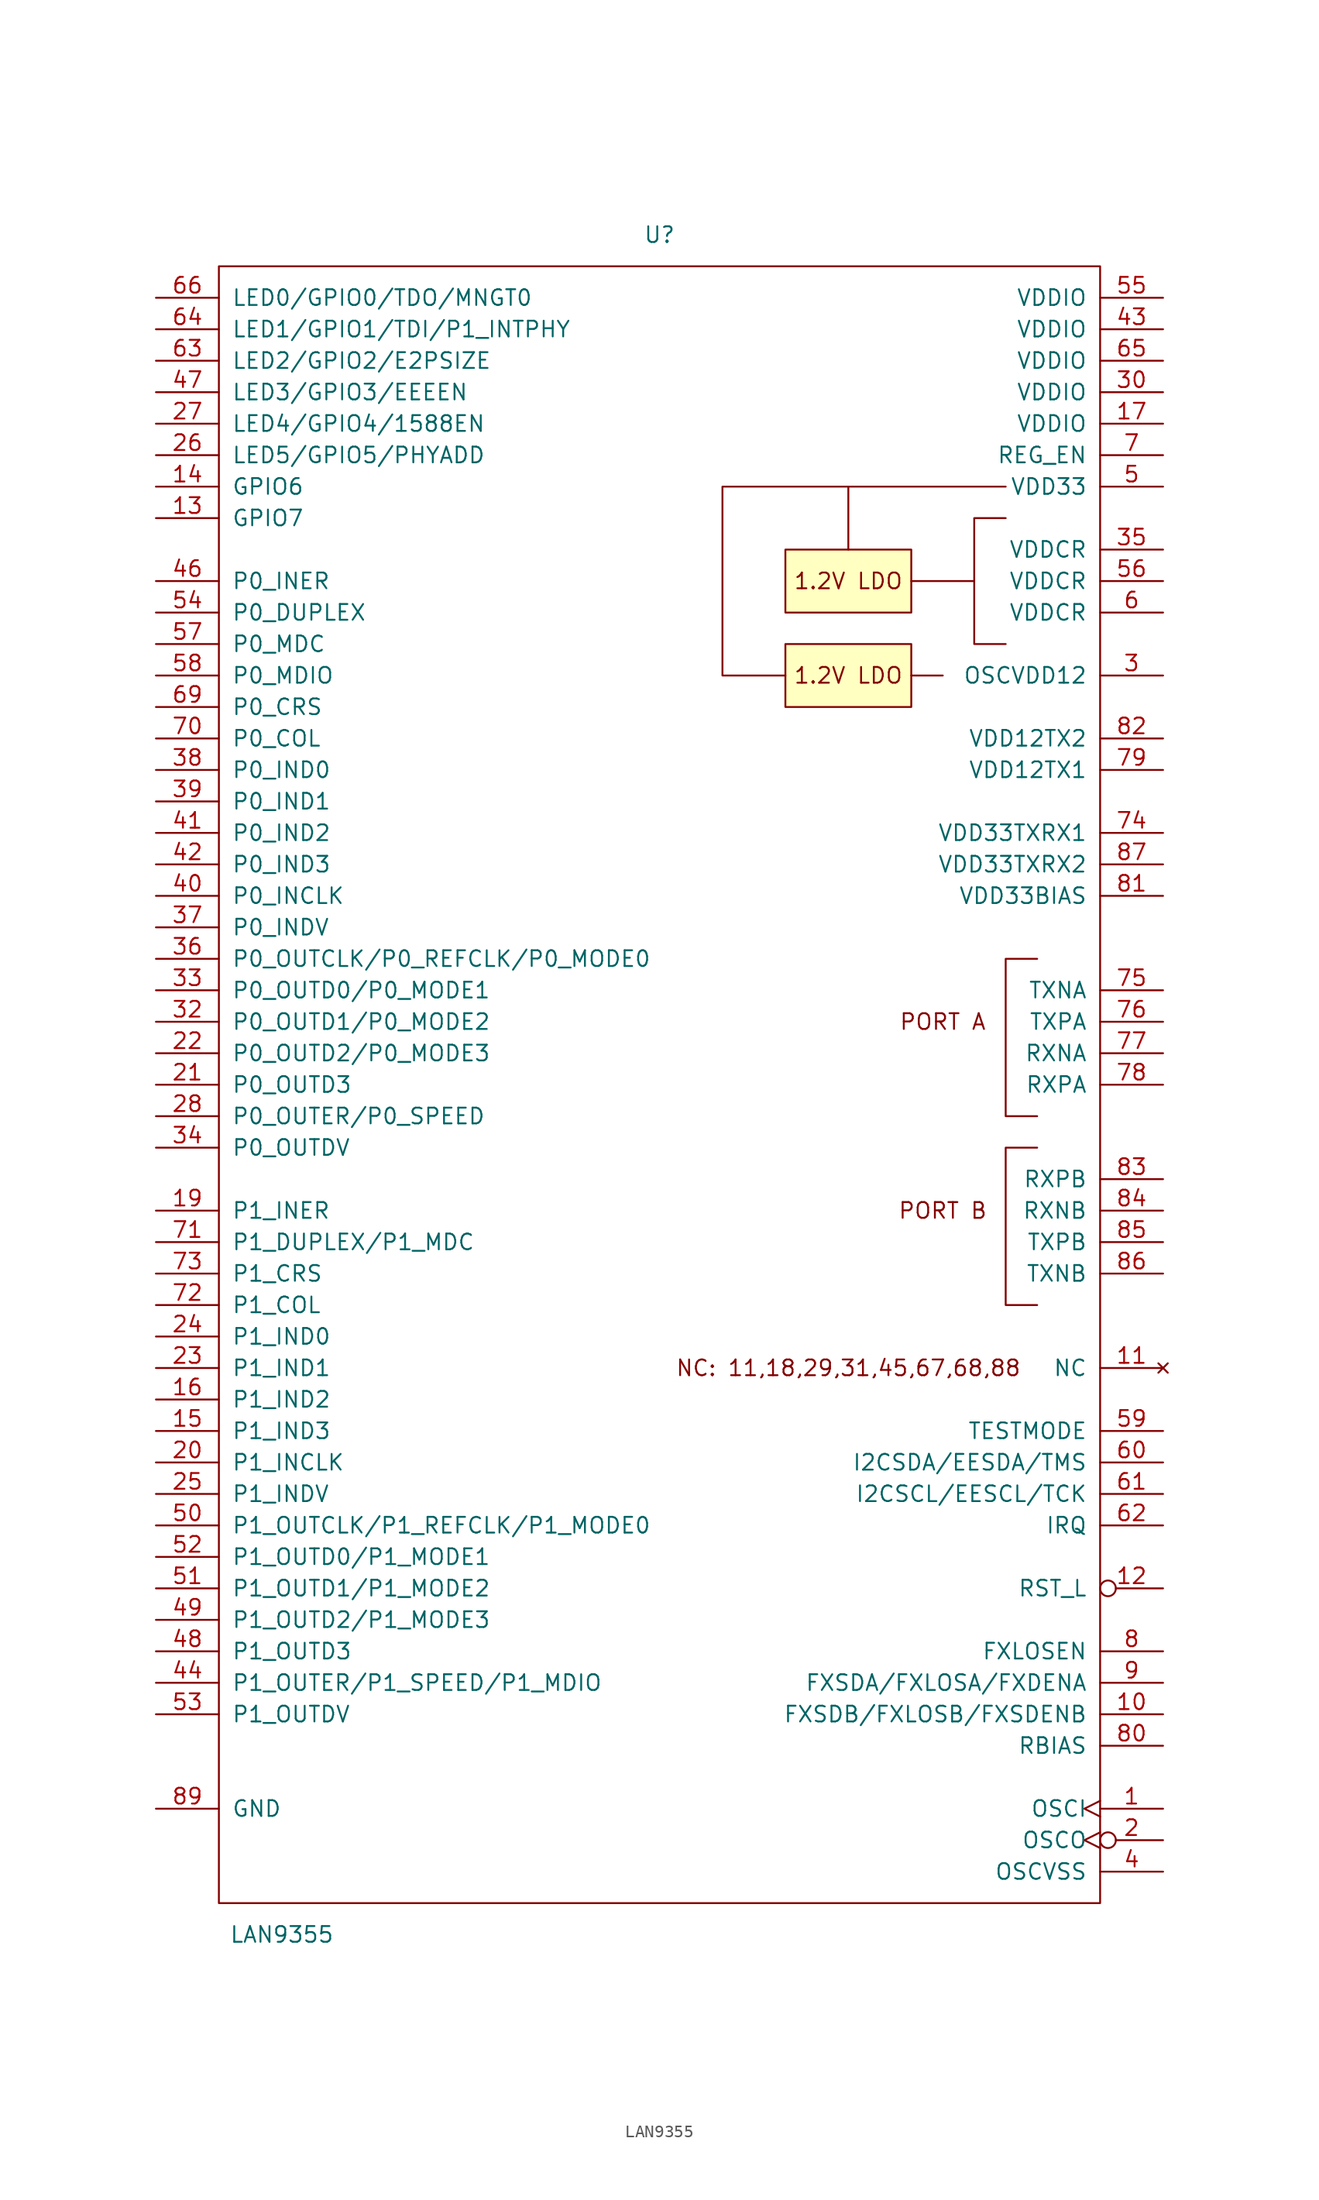
<source format=kicad_sym>
(kicad_symbol_lib
  (version 20211014)
  (generator kicad_symbol_editor)
  (symbol "LAN9355"
    (pin_names
      (offset 1.016))
    (property "Reference" "U"
      (at 0 63.5 0)
      (effects (font (size 1.27 1.27))))
    (property "Value" "LAN9355"
      (at -30.48 -73.66 0)
      (effects (font (size 1.27 1.27))))
    (symbol "LAN9355_0_0"
      (polyline (pts (xy 25.4 35.56) (xy 25.4 40.64) (xy 27.94 40.64)) (stroke (width 0) (type default) (color 0 0 0 0)) (fill (type none)))
      (polyline (pts (xy 27.94 43.18) (xy 15.24 43.18) (xy 15.24 38.1)) (stroke (width 0) (type default) (color 0 0 0 0)) (fill (type none)))
      (polyline (pts (xy 20.32 35.56) (xy 25.4 35.56) (xy 25.4 30.48) (xy 27.94 30.48)) (stroke (width 0) (type default) (color 0 0 0 0)) (fill (type none)))
      (polyline (pts (xy 30.48 -10.16) (xy 27.94 -10.16) (xy 27.94 -22.86) (xy 30.48 -22.86)) (stroke (width 0) (type default) (color 0 0 0 0)) (fill (type none)))
      (polyline (pts (xy 30.48 5.08) (xy 27.94 5.08) (xy 27.94 -7.62) (xy 30.48 -7.62)) (stroke (width 0) (type default) (color 0 0 0 0)) (fill (type none)))
      (text "1.2V LDO" (at 15.24 35.56 0) (effects (font (size 1.27 1.27))))
      (text "NC: 11,18,29,31,45,67,68,88" (at 15.24 -27.94 0) (effects (font (size 1.27 1.27))))
      (text "PORT A" (at 22.86 0 0) (effects (font (size 1.27 1.27))))
      (text "PORT B" (at 22.86 -15.24 0) (effects (font (size 1.27 1.27))))
      (pin input clock (at 40.64 -63.5 180) (length 5.08) (name "OSCI" (effects (font (size 1.27 1.27)))) (number "1" (effects (font (size 1.27 1.27)))))
      (pin input line (at 40.64 -55.88 180) (length 5.08) (name "FXSDB/FXLOSB/FXSDENB" (effects (font (size 1.27 1.27)))) (number "10" (effects (font (size 1.27 1.27)))))
      (pin no_connect line (at 40.64 -27.94 180) (length 5.08) (name "NC" (effects (font (size 1.27 1.27)))) (number "11" (effects (font (size 1.27 1.27)))))
      (pin input inverted (at 40.64 -45.72 180) (length 5.08) (name "RST_L" (effects (font (size 1.27 1.27)))) (number "12" (effects (font (size 1.27 1.27)))))
      (pin bidirectional line (at -40.64 40.64 0) (length 5.08) (name "GPIO7" (effects (font (size 1.27 1.27)))) (number "13" (effects (font (size 1.27 1.27)))))
      (pin bidirectional line (at -40.64 43.18 0) (length 5.08) (name "GPIO6" (effects (font (size 1.27 1.27)))) (number "14" (effects (font (size 1.27 1.27)))))
      (pin input line (at -40.64 -33.02 0) (length 5.08) (name "P1_IND3" (effects (font (size 1.27 1.27)))) (number "15" (effects (font (size 1.27 1.27)))))
      (pin input line (at -40.64 -30.48 0) (length 5.08) (name "P1_IND2" (effects (font (size 1.27 1.27)))) (number "16" (effects (font (size 1.27 1.27)))))
      (pin power_in line (at 40.64 48.26 180) (length 5.08) (name "VDDIO" (effects (font (size 1.27 1.27)))) (number "17" (effects (font (size 1.27 1.27)))))
      (pin no_connect line (at 40.64 -25.4 180) (length 5.08) hide (name "NC" (effects (font (size 1.27 1.27)))) (number "18" (effects (font (size 1.27 1.27)))))
      (pin input line (at -40.64 -15.24 0) (length 5.08) (name "P1_INER" (effects (font (size 1.27 1.27)))) (number "19" (effects (font (size 1.27 1.27)))))
      (pin output inverted_clock (at 40.64 -66.04 180) (length 5.08) (name "OSCO" (effects (font (size 1.27 1.27)))) (number "2" (effects (font (size 1.27 1.27)))))
      (pin input line (at -40.64 -35.56 0) (length 5.08) (name "P1_INCLK" (effects (font (size 1.27 1.27)))) (number "20" (effects (font (size 1.27 1.27)))))
      (pin output line (at -40.64 -5.08 0) (length 5.08) (name "P0_OUTD3" (effects (font (size 1.27 1.27)))) (number "21" (effects (font (size 1.27 1.27)))))
      (pin bidirectional line (at -40.64 -2.54 0) (length 5.08) (name "P0_OUTD2/P0_MODE3" (effects (font (size 1.27 1.27)))) (number "22" (effects (font (size 1.27 1.27)))))
      (pin input line (at -40.64 -27.94 0) (length 5.08) (name "P1_IND1" (effects (font (size 1.27 1.27)))) (number "23" (effects (font (size 1.27 1.27)))))
      (pin input line (at -40.64 -25.4 0) (length 5.08) (name "P1_IND0" (effects (font (size 1.27 1.27)))) (number "24" (effects (font (size 1.27 1.27)))))
      (pin input line (at -40.64 -38.1 0) (length 5.08) (name "P1_INDV" (effects (font (size 1.27 1.27)))) (number "25" (effects (font (size 1.27 1.27)))))
      (pin bidirectional line (at -40.64 45.72 0) (length 5.08) (name "LED5/GPIO5/PHYADD" (effects (font (size 1.27 1.27)))) (number "26" (effects (font (size 1.27 1.27)))))
      (pin bidirectional line (at -40.64 48.26 0) (length 5.08) (name "LED4/GPIO4/1588EN" (effects (font (size 1.27 1.27)))) (number "27" (effects (font (size 1.27 1.27)))))
      (pin bidirectional line (at -40.64 -7.62 0) (length 5.08) (name "P0_OUTER/P0_SPEED" (effects (font (size 1.27 1.27)))) (number "28" (effects (font (size 1.27 1.27)))))
      (pin no_connect line (at 40.64 -30.48 180) (length 5.08) hide (name "NC" (effects (font (size 1.27 1.27)))) (number "29" (effects (font (size 1.27 1.27)))))
      (pin power_in line (at 40.64 27.94 180) (length 5.08) (name "OSCVDD12" (effects (font (size 1.27 1.27)))) (number "3" (effects (font (size 1.27 1.27)))))
      (pin power_in line (at 40.64 50.8 180) (length 5.08) (name "VDDIO" (effects (font (size 1.27 1.27)))) (number "30" (effects (font (size 1.27 1.27)))))
      (pin no_connect line (at 40.64 -22.86 180) (length 5.08) hide (name "NC" (effects (font (size 1.27 1.27)))) (number "31" (effects (font (size 1.27 1.27)))))
      (pin bidirectional line (at -40.64 0 0) (length 5.08) (name "P0_OUTD1/P0_MODE2" (effects (font (size 1.27 1.27)))) (number "32" (effects (font (size 1.27 1.27)))))
      (pin bidirectional line (at -40.64 2.54 0) (length 5.08) (name "P0_OUTD0/P0_MODE1" (effects (font (size 1.27 1.27)))) (number "33" (effects (font (size 1.27 1.27)))))
      (pin output line (at -40.64 -10.16 0) (length 5.08) (name "P0_OUTDV" (effects (font (size 1.27 1.27)))) (number "34" (effects (font (size 1.27 1.27)))))
      (pin power_out line (at 40.64 38.1 180) (length 5.08) (name "VDDCR" (effects (font (size 1.27 1.27)))) (number "35" (effects (font (size 1.27 1.27)))))
      (pin bidirectional line (at -40.64 5.08 0) (length 5.08) (name "P0_OUTCLK/P0_REFCLK/P0_MODE0" (effects (font (size 1.27 1.27)))) (number "36" (effects (font (size 1.27 1.27)))))
      (pin input line (at -40.64 7.62 0) (length 5.08) (name "P0_INDV" (effects (font (size 1.27 1.27)))) (number "37" (effects (font (size 1.27 1.27)))))
      (pin input line (at -40.64 20.32 0) (length 5.08) (name "P0_IND0" (effects (font (size 1.27 1.27)))) (number "38" (effects (font (size 1.27 1.27)))))
      (pin input line (at -40.64 17.78 0) (length 5.08) (name "P0_IND1" (effects (font (size 1.27 1.27)))) (number "39" (effects (font (size 1.27 1.27)))))
      (pin power_in line (at 40.64 -68.58 180) (length 5.08) (name "OSCVSS" (effects (font (size 1.27 1.27)))) (number "4" (effects (font (size 1.27 1.27)))))
      (pin input line (at -40.64 10.16 0) (length 5.08) (name "P0_INCLK" (effects (font (size 1.27 1.27)))) (number "40" (effects (font (size 1.27 1.27)))))
      (pin input line (at -40.64 15.24 0) (length 5.08) (name "P0_IND2" (effects (font (size 1.27 1.27)))) (number "41" (effects (font (size 1.27 1.27)))))
      (pin input line (at -40.64 12.7 0) (length 5.08) (name "P0_IND3" (effects (font (size 1.27 1.27)))) (number "42" (effects (font (size 1.27 1.27)))))
      (pin power_in line (at 40.64 55.88 180) (length 5.08) (name "VDDIO" (effects (font (size 1.27 1.27)))) (number "43" (effects (font (size 1.27 1.27)))))
      (pin bidirectional line (at -40.64 -53.34 0) (length 5.08) (name "P1_OUTER/P1_SPEED/P1_MDIO" (effects (font (size 1.27 1.27)))) (number "44" (effects (font (size 1.27 1.27)))))
      (pin no_connect line (at 40.64 -10.16 180) (length 5.08) hide (name "NC" (effects (font (size 1.27 1.27)))) (number "45" (effects (font (size 1.27 1.27)))))
      (pin input line (at -40.64 35.56 0) (length 5.08) (name "P0_INER" (effects (font (size 1.27 1.27)))) (number "46" (effects (font (size 1.27 1.27)))))
      (pin bidirectional line (at -40.64 50.8 0) (length 5.08) (name "LED3/GPIO3/EEEEN" (effects (font (size 1.27 1.27)))) (number "47" (effects (font (size 1.27 1.27)))))
      (pin output line (at -40.64 -50.8 0) (length 5.08) (name "P1_OUTD3" (effects (font (size 1.27 1.27)))) (number "48" (effects (font (size 1.27 1.27)))))
      (pin bidirectional line (at -40.64 -48.26 0) (length 5.08) (name "P1_OUTD2/P1_MODE3" (effects (font (size 1.27 1.27)))) (number "49" (effects (font (size 1.27 1.27)))))
      (pin power_in line (at 40.64 43.18 180) (length 5.08) (name "VDD33" (effects (font (size 1.27 1.27)))) (number "5" (effects (font (size 1.27 1.27)))))
      (pin bidirectional line (at -40.64 -40.64 0) (length 5.08) (name "P1_OUTCLK/P1_REFCLK/P1_MODE0" (effects (font (size 1.27 1.27)))) (number "50" (effects (font (size 1.27 1.27)))))
      (pin bidirectional line (at -40.64 -45.72 0) (length 5.08) (name "P1_OUTD1/P1_MODE2" (effects (font (size 1.27 1.27)))) (number "51" (effects (font (size 1.27 1.27)))))
      (pin bidirectional line (at -40.64 -43.18 0) (length 5.08) (name "P1_OUTD0/P1_MODE1" (effects (font (size 1.27 1.27)))) (number "52" (effects (font (size 1.27 1.27)))))
      (pin output line (at -40.64 -55.88 0) (length 5.08) (name "P1_OUTDV" (effects (font (size 1.27 1.27)))) (number "53" (effects (font (size 1.27 1.27)))))
      (pin input line (at -40.64 33.02 0) (length 5.08) (name "P0_DUPLEX" (effects (font (size 1.27 1.27)))) (number "54" (effects (font (size 1.27 1.27)))))
      (pin power_in line (at 40.64 58.42 180) (length 5.08) (name "VDDIO" (effects (font (size 1.27 1.27)))) (number "55" (effects (font (size 1.27 1.27)))))
      (pin power_out line (at 40.64 35.56 180) (length 5.08) (name "VDDCR" (effects (font (size 1.27 1.27)))) (number "56" (effects (font (size 1.27 1.27)))))
      (pin bidirectional line (at -40.64 30.48 0) (length 5.08) (name "P0_MDC" (effects (font (size 1.27 1.27)))) (number "57" (effects (font (size 1.27 1.27)))))
      (pin bidirectional line (at -40.64 27.94 0) (length 5.08) (name "P0_MDIO" (effects (font (size 1.27 1.27)))) (number "58" (effects (font (size 1.27 1.27)))))
      (pin input line (at 40.64 -33.02 180) (length 5.08) (name "TESTMODE" (effects (font (size 1.27 1.27)))) (number "59" (effects (font (size 1.27 1.27)))))
      (pin power_out line (at 40.64 33.02 180) (length 5.08) (name "VDDCR" (effects (font (size 1.27 1.27)))) (number "6" (effects (font (size 1.27 1.27)))))
      (pin bidirectional line (at 40.64 -35.56 180) (length 5.08) (name "I2CSDA/EESDA/TMS" (effects (font (size 1.27 1.27)))) (number "60" (effects (font (size 1.27 1.27)))))
      (pin input line (at 40.64 -38.1 180) (length 5.08) (name "I2CSCL/EESCL/TCK" (effects (font (size 1.27 1.27)))) (number "61" (effects (font (size 1.27 1.27)))))
      (pin output line (at 40.64 -40.64 180) (length 5.08) (name "IRQ" (effects (font (size 1.27 1.27)))) (number "62" (effects (font (size 1.27 1.27)))))
      (pin bidirectional line (at -40.64 53.34 0) (length 5.08) (name "LED2/GPIO2/E2PSIZE" (effects (font (size 1.27 1.27)))) (number "63" (effects (font (size 1.27 1.27)))))
      (pin bidirectional line (at -40.64 55.88 0) (length 5.08) (name "LED1/GPIO1/TDI/P1_INTPHY" (effects (font (size 1.27 1.27)))) (number "64" (effects (font (size 1.27 1.27)))))
      (pin power_in line (at 40.64 53.34 180) (length 5.08) (name "VDDIO" (effects (font (size 1.27 1.27)))) (number "65" (effects (font (size 1.27 1.27)))))
      (pin bidirectional line (at -40.64 58.42 0) (length 5.08) (name "LED0/GPIO0/TDO/MNGT0" (effects (font (size 1.27 1.27)))) (number "66" (effects (font (size 1.27 1.27)))))
      (pin no_connect line (at 40.64 -43.18 180) (length 5.08) hide (name "NC" (effects (font (size 1.27 1.27)))) (number "67" (effects (font (size 1.27 1.27)))))
      (pin no_connect line (at 40.64 -48.26 180) (length 5.08) hide (name "NC" (effects (font (size 1.27 1.27)))) (number "68" (effects (font (size 1.27 1.27)))))
      (pin bidirectional line (at -40.64 25.4 0) (length 5.08) (name "P0_CRS" (effects (font (size 1.27 1.27)))) (number "69" (effects (font (size 1.27 1.27)))))
      (pin input line (at 40.64 45.72 180) (length 5.08) (name "REG_EN" (effects (font (size 1.27 1.27)))) (number "7" (effects (font (size 1.27 1.27)))))
      (pin bidirectional line (at -40.64 22.86 0) (length 5.08) (name "P0_COL" (effects (font (size 1.27 1.27)))) (number "70" (effects (font (size 1.27 1.27)))))
      (pin bidirectional line (at -40.64 -17.78 0) (length 5.08) (name "P1_DUPLEX/P1_MDC" (effects (font (size 1.27 1.27)))) (number "71" (effects (font (size 1.27 1.27)))))
      (pin bidirectional line (at -40.64 -22.86 0) (length 5.08) (name "P1_COL" (effects (font (size 1.27 1.27)))) (number "72" (effects (font (size 1.27 1.27)))))
      (pin bidirectional line (at -40.64 -20.32 0) (length 5.08) (name "P1_CRS" (effects (font (size 1.27 1.27)))) (number "73" (effects (font (size 1.27 1.27)))))
      (pin power_in line (at 40.64 15.24 180) (length 5.08) (name "VDD33TXRX1" (effects (font (size 1.27 1.27)))) (number "74" (effects (font (size 1.27 1.27)))))
      (pin bidirectional line (at 40.64 2.54 180) (length 5.08) (name "TXNA" (effects (font (size 1.27 1.27)))) (number "75" (effects (font (size 1.27 1.27)))))
      (pin bidirectional line (at 40.64 0 180) (length 5.08) (name "TXPA" (effects (font (size 1.27 1.27)))) (number "76" (effects (font (size 1.27 1.27)))))
      (pin bidirectional line (at 40.64 -2.54 180) (length 5.08) (name "RXNA" (effects (font (size 1.27 1.27)))) (number "77" (effects (font (size 1.27 1.27)))))
      (pin bidirectional line (at 40.64 -5.08 180) (length 5.08) (name "RXPA" (effects (font (size 1.27 1.27)))) (number "78" (effects (font (size 1.27 1.27)))))
      (pin power_in line (at 40.64 20.32 180) (length 5.08) (name "VDD12TX1" (effects (font (size 1.27 1.27)))) (number "79" (effects (font (size 1.27 1.27)))))
      (pin input line (at 40.64 -50.8 180) (length 5.08) (name "FXLOSEN" (effects (font (size 1.27 1.27)))) (number "8" (effects (font (size 1.27 1.27)))))
      (pin input line (at 40.64 -58.42 180) (length 5.08) (name "RBIAS" (effects (font (size 1.27 1.27)))) (number "80" (effects (font (size 1.27 1.27)))))
      (pin power_in line (at 40.64 10.16 180) (length 5.08) (name "VDD33BIAS" (effects (font (size 1.27 1.27)))) (number "81" (effects (font (size 1.27 1.27)))))
      (pin power_in line (at 40.64 22.86 180) (length 5.08) (name "VDD12TX2" (effects (font (size 1.27 1.27)))) (number "82" (effects (font (size 1.27 1.27)))))
      (pin bidirectional line (at 40.64 -12.7 180) (length 5.08) (name "RXPB" (effects (font (size 1.27 1.27)))) (number "83" (effects (font (size 1.27 1.27)))))
      (pin bidirectional line (at 40.64 -15.24 180) (length 5.08) (name "RXNB" (effects (font (size 1.27 1.27)))) (number "84" (effects (font (size 1.27 1.27)))))
      (pin bidirectional line (at 40.64 -17.78 180) (length 5.08) (name "TXPB" (effects (font (size 1.27 1.27)))) (number "85" (effects (font (size 1.27 1.27)))))
      (pin bidirectional line (at 40.64 -20.32 180) (length 5.08) (name "TXNB" (effects (font (size 1.27 1.27)))) (number "86" (effects (font (size 1.27 1.27)))))
      (pin power_in line (at 40.64 12.7 180) (length 5.08) (name "VDD33TXRX2" (effects (font (size 1.27 1.27)))) (number "87" (effects (font (size 1.27 1.27)))))
      (pin no_connect line (at 40.64 -60.96 180) (length 5.08) hide (name "NC" (effects (font (size 1.27 1.27)))) (number "88" (effects (font (size 1.27 1.27)))))
      (pin input line (at -40.64 -63.5 0) (length 5.08) (name "GND" (effects (font (size 1.27 1.27)))) (number "89" (effects (font (size 1.27 1.27)))))
      (pin input line (at 40.64 -53.34 180) (length 5.08) (name "FXSDA/FXLOSA/FXDENA" (effects (font (size 1.27 1.27)))) (number "9" (effects (font (size 1.27 1.27))))))
    (symbol "LAN9355_0_1"
      (rectangle (start -35.56 60.96) (end 35.56 -71.12) (stroke (width 0) (type default) (color 0 0 0 0)) (fill (type none)))
      (polyline (pts (xy 20.32 27.94) (xy 22.86 27.94)) (stroke (width 0) (type default) (color 0 0 0 0)) (fill (type none)))
      (polyline (pts (xy 15.24 43.18) (xy 5.08 43.18) (xy 5.08 27.94) (xy 10.16 27.94)) (stroke (width 0) (type default) (color 0 0 0 0)) (fill (type none)))
      (rectangle (start 10.16 38.1) (end 20.32 33.02) (stroke (width 0) (type default) (color 0 0 0 0)) (fill (type background))))
    (symbol "LAN9355_1_1"
      (rectangle (start 10.16 30.48) (end 20.32 25.4) (stroke (width 0) (type default) (color 0 0 0 0)) (fill (type background)))
      (text "1.2V LDO" (at 15.24 27.94 0) (effects (font (size 1.27 1.27)))))))
</source>
